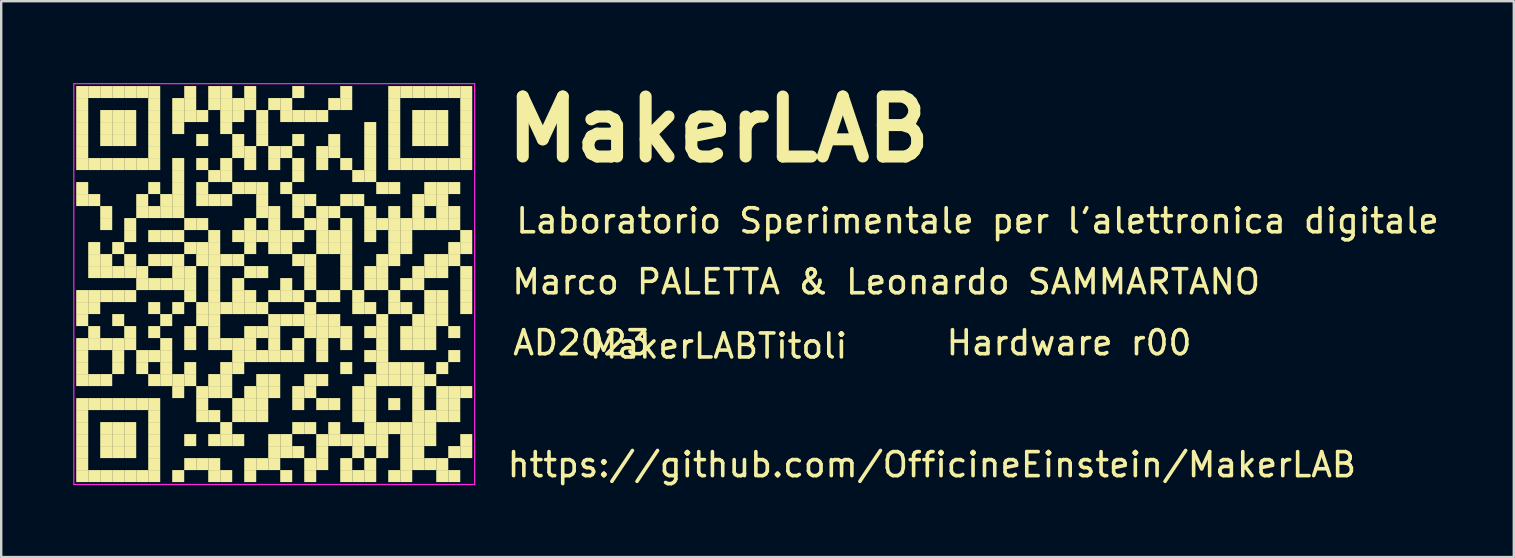
<source format=kicad_pcb>
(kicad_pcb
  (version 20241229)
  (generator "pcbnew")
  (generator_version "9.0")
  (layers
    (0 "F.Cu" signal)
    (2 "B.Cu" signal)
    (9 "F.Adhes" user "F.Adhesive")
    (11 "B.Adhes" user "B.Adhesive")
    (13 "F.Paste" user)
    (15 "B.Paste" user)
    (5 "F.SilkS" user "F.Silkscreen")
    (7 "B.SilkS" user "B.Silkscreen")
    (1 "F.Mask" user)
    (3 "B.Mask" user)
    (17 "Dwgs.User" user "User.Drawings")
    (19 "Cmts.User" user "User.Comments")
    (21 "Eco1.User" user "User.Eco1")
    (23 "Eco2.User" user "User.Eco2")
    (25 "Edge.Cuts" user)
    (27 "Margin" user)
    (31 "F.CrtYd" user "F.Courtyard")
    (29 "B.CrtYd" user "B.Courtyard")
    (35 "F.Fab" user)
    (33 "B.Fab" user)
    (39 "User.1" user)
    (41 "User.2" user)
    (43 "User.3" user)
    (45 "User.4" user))
  (footprint "MakerLABTitoli"
    (layer "F.Cu")
    (at 26.885 11.865)
    (property "Reference" "MakerLABTitoli" (at 0 -0.5 0) (unlocked yes) (layer "F.SilkS") (effects (font (size 1 1) (thickness 0.15))))
    (attr through_hole)
    (fp_rect (start -26.76 -11.33) (end -26.26 -10.83) (stroke (width 0) (type solid)) (fill yes) (layer "F.SilkS"))
    (fp_rect (start -26.76 -10.83) (end -26.26 -10.33) (stroke (width 0) (type solid)) (fill yes) (layer "F.SilkS"))
    (fp_rect (start -26.76 -10.33) (end -26.26 -9.83) (stroke (width 0) (type solid)) (fill yes) (layer "F.SilkS"))
    (fp_rect (start -26.76 -9.83) (end -26.26 -9.33) (stroke (width 0) (type solid)) (fill yes) (layer "F.SilkS"))
    (fp_rect (start -26.76 -9.33) (end -26.26 -8.83) (stroke (width 0) (type solid)) (fill yes) (layer "F.SilkS"))
    (fp_rect (start -26.76 -8.83) (end -26.26 -8.33) (stroke (width 0) (type solid)) (fill yes) (layer "F.SilkS"))
    (fp_rect (start -26.76 -8.33) (end -26.26 -7.83) (stroke (width 0) (type solid)) (fill yes) (layer "F.SilkS"))
    (fp_rect (start -26.76 -7.33) (end -26.26 -6.83) (stroke (width 0) (type solid)) (fill yes) (layer "F.SilkS"))
    (fp_rect (start -26.76 -6.83) (end -26.26 -6.33) (stroke (width 0) (type solid)) (fill yes) (layer "F.SilkS"))
    (fp_rect (start -26.76 -2.83) (end -26.26 -2.33) (stroke (width 0) (type solid)) (fill yes) (layer "F.SilkS"))
    (fp_rect (start -26.76 -2.33) (end -26.26 -1.83) (stroke (width 0) (type solid)) (fill yes) (layer "F.SilkS"))
    (fp_rect (start -26.76 -1.83) (end -26.26 -1.33) (stroke (width 0) (type solid)) (fill yes) (layer "F.SilkS"))
    (fp_rect (start -26.76 -0.83) (end -26.26 -0.33) (stroke (width 0) (type solid)) (fill yes) (layer "F.SilkS"))
    (fp_rect (start -26.76 -0.33) (end -26.26 0.17) (stroke (width 0) (type solid)) (fill yes) (layer "F.SilkS"))
    (fp_rect (start -26.76 0.17) (end -26.26 0.67) (stroke (width 0) (type solid)) (fill yes) (layer "F.SilkS"))
    (fp_rect (start -26.76 0.67) (end -26.26 1.17) (stroke (width 0) (type solid)) (fill yes) (layer "F.SilkS"))
    (fp_rect (start -26.76 1.67) (end -26.26 2.17) (stroke (width 0) (type solid)) (fill yes) (layer "F.SilkS"))
    (fp_rect (start -26.76 2.17) (end -26.26 2.67) (stroke (width 0) (type solid)) (fill yes) (layer "F.SilkS"))
    (fp_rect (start -26.76 2.67) (end -26.26 3.17) (stroke (width 0) (type solid)) (fill yes) (layer "F.SilkS"))
    (fp_rect (start -26.76 3.17) (end -26.26 3.67) (stroke (width 0) (type solid)) (fill yes) (layer "F.SilkS"))
    (fp_rect (start -26.76 3.67) (end -26.26 4.17) (stroke (width 0) (type solid)) (fill yes) (layer "F.SilkS"))
    (fp_rect (start -26.76 4.17) (end -26.26 4.67) (stroke (width 0) (type solid)) (fill yes) (layer "F.SilkS"))
    (fp_rect (start -26.76 4.67) (end -26.26 5.17) (stroke (width 0) (type solid)) (fill yes) (layer "F.SilkS"))
    (fp_rect (start -26.26 -11.33) (end -25.76 -10.83) (stroke (width 0) (type solid)) (fill yes) (layer "F.SilkS"))
    (fp_rect (start -26.26 -8.33) (end -25.76 -7.83) (stroke (width 0) (type solid)) (fill yes) (layer "F.SilkS"))
    (fp_rect (start -26.26 -6.83) (end -25.76 -6.33) (stroke (width 0) (type solid)) (fill yes) (layer "F.SilkS"))
    (fp_rect (start -26.26 -4.83) (end -25.76 -4.33) (stroke (width 0) (type solid)) (fill yes) (layer "F.SilkS"))
    (fp_rect (start -26.26 -4.33) (end -25.76 -3.83) (stroke (width 0) (type solid)) (fill yes) (layer "F.SilkS"))
    (fp_rect (start -26.26 -3.83) (end -25.76 -3.33) (stroke (width 0) (type solid)) (fill yes) (layer "F.SilkS"))
    (fp_rect (start -26.26 -2.83) (end -25.76 -2.33) (stroke (width 0) (type solid)) (fill yes) (layer "F.SilkS"))
    (fp_rect (start -26.26 -2.33) (end -25.76 -1.83) (stroke (width 0) (type solid)) (fill yes) (layer "F.SilkS"))
    (fp_rect (start -26.26 -1.33) (end -25.76 -0.83) (stroke (width 0) (type solid)) (fill yes) (layer "F.SilkS"))
    (fp_rect (start -26.26 -0.83) (end -25.76 -0.33) (stroke (width 0) (type solid)) (fill yes) (layer "F.SilkS"))
    (fp_rect (start -26.26 0.67) (end -25.76 1.17) (stroke (width 0) (type solid)) (fill yes) (layer "F.SilkS"))
    (fp_rect (start -26.26 1.67) (end -25.76 2.17) (stroke (width 0) (type solid)) (fill yes) (layer "F.SilkS"))
    (fp_rect (start -26.26 4.67) (end -25.76 5.17) (stroke (width 0) (type solid)) (fill yes) (layer "F.SilkS"))
    (fp_rect (start -25.76 -11.33) (end -25.26 -10.83) (stroke (width 0) (type solid)) (fill yes) (layer "F.SilkS"))
    (fp_rect (start -25.76 -10.33) (end -25.26 -9.83) (stroke (width 0) (type solid)) (fill yes) (layer "F.SilkS"))
    (fp_rect (start -25.76 -9.83) (end -25.26 -9.33) (stroke (width 0) (type solid)) (fill yes) (layer "F.SilkS"))
    (fp_rect (start -25.76 -9.33) (end -25.26 -8.83) (stroke (width 0) (type solid)) (fill yes) (layer "F.SilkS"))
    (fp_rect (start -25.76 -8.33) (end -25.26 -7.83) (stroke (width 0) (type solid)) (fill yes) (layer "F.SilkS"))
    (fp_rect (start -25.76 -6.33) (end -25.26 -5.83) (stroke (width 0) (type solid)) (fill yes) (layer "F.SilkS"))
    (fp_rect (start -25.76 -5.83) (end -25.26 -5.33) (stroke (width 0) (type solid)) (fill yes) (layer "F.SilkS"))
    (fp_rect (start -25.76 -4.33) (end -25.26 -3.83) (stroke (width 0) (type solid)) (fill yes) (layer "F.SilkS"))
    (fp_rect (start -25.76 -3.83) (end -25.26 -3.33) (stroke (width 0) (type solid)) (fill yes) (layer "F.SilkS"))
    (fp_rect (start -25.76 -2.83) (end -25.26 -2.33) (stroke (width 0) (type solid)) (fill yes) (layer "F.SilkS"))
    (fp_rect (start -25.76 -0.83) (end -25.26 -0.33) (stroke (width 0) (type solid)) (fill yes) (layer "F.SilkS"))
    (fp_rect (start -25.76 0.67) (end -25.26 1.17) (stroke (width 0) (type solid)) (fill yes) (layer "F.SilkS"))
    (fp_rect (start -25.76 1.67) (end -25.26 2.17) (stroke (width 0) (type solid)) (fill yes) (layer "F.SilkS"))
    (fp_rect (start -25.76 2.67) (end -25.26 3.17) (stroke (width 0) (type solid)) (fill yes) (layer "F.SilkS"))
    (fp_rect (start -25.76 3.17) (end -25.26 3.67) (stroke (width 0) (type solid)) (fill yes) (layer "F.SilkS"))
    (fp_rect (start -25.76 3.67) (end -25.26 4.17) (stroke (width 0) (type solid)) (fill yes) (layer "F.SilkS"))
    (fp_rect (start -25.76 4.67) (end -25.26 5.17) (stroke (width 0) (type solid)) (fill yes) (layer "F.SilkS"))
    (fp_rect (start -25.26 -11.33) (end -24.76 -10.83) (stroke (width 0) (type solid)) (fill yes) (layer "F.SilkS"))
    (fp_rect (start -25.26 -10.33) (end -24.76 -9.83) (stroke (width 0) (type solid)) (fill yes) (layer "F.SilkS"))
    (fp_rect (start -25.26 -9.83) (end -24.76 -9.33) (stroke (width 0) (type solid)) (fill yes) (layer "F.SilkS"))
    (fp_rect (start -25.26 -9.33) (end -24.76 -8.83) (stroke (width 0) (type solid)) (fill yes) (layer "F.SilkS"))
    (fp_rect (start -25.26 -8.33) (end -24.76 -7.83) (stroke (width 0) (type solid)) (fill yes) (layer "F.SilkS"))
    (fp_rect (start -25.26 -4.83) (end -24.76 -4.33) (stroke (width 0) (type solid)) (fill yes) (layer "F.SilkS"))
    (fp_rect (start -25.26 -3.83) (end -24.76 -3.33) (stroke (width 0) (type solid)) (fill yes) (layer "F.SilkS"))
    (fp_rect (start -25.26 -2.83) (end -24.76 -2.33) (stroke (width 0) (type solid)) (fill yes) (layer "F.SilkS"))
    (fp_rect (start -25.26 -1.83) (end -24.76 -1.33) (stroke (width 0) (type solid)) (fill yes) (layer "F.SilkS"))
    (fp_rect (start -25.26 -0.83) (end -24.76 -0.33) (stroke (width 0) (type solid)) (fill yes) (layer "F.SilkS"))
    (fp_rect (start -25.26 -0.33) (end -24.76 0.17) (stroke (width 0) (type solid)) (fill yes) (layer "F.SilkS"))
    (fp_rect (start -25.26 0.17) (end -24.76 0.67) (stroke (width 0) (type solid)) (fill yes) (layer "F.SilkS"))
    (fp_rect (start -25.26 1.67) (end -24.76 2.17) (stroke (width 0) (type solid)) (fill yes) (layer "F.SilkS"))
    (fp_rect (start -25.26 2.67) (end -24.76 3.17) (stroke (width 0) (type solid)) (fill yes) (layer "F.SilkS"))
    (fp_rect (start -25.26 3.17) (end -24.76 3.67) (stroke (width 0) (type solid)) (fill yes) (layer "F.SilkS"))
    (fp_rect (start -25.26 3.67) (end -24.76 4.17) (stroke (width 0) (type solid)) (fill yes) (layer "F.SilkS"))
    (fp_rect (start -25.26 4.67) (end -24.76 5.17) (stroke (width 0) (type solid)) (fill yes) (layer "F.SilkS"))
    (fp_rect (start -24.76 -11.33) (end -24.26 -10.83) (stroke (width 0) (type solid)) (fill yes) (layer "F.SilkS"))
    (fp_rect (start -24.76 -10.33) (end -24.26 -9.83) (stroke (width 0) (type solid)) (fill yes) (layer "F.SilkS"))
    (fp_rect (start -24.76 -9.83) (end -24.26 -9.33) (stroke (width 0) (type solid)) (fill yes) (layer "F.SilkS"))
    (fp_rect (start -24.76 -9.33) (end -24.26 -8.83) (stroke (width 0) (type solid)) (fill yes) (layer "F.SilkS"))
    (fp_rect (start -24.76 -8.33) (end -24.26 -7.83) (stroke (width 0) (type solid)) (fill yes) (layer "F.SilkS"))
    (fp_rect (start -24.76 -5.83) (end -24.26 -5.33) (stroke (width 0) (type solid)) (fill yes) (layer "F.SilkS"))
    (fp_rect (start -24.76 -5.33) (end -24.26 -4.83) (stroke (width 0) (type solid)) (fill yes) (layer "F.SilkS"))
    (fp_rect (start -24.76 -4.33) (end -24.26 -3.83) (stroke (width 0) (type solid)) (fill yes) (layer "F.SilkS"))
    (fp_rect (start -24.76 -3.83) (end -24.26 -3.33) (stroke (width 0) (type solid)) (fill yes) (layer "F.SilkS"))
    (fp_rect (start -24.76 -2.83) (end -24.26 -2.33) (stroke (width 0) (type solid)) (fill yes) (layer "F.SilkS"))
    (fp_rect (start -24.76 -1.33) (end -24.26 -0.83) (stroke (width 0) (type solid)) (fill yes) (layer "F.SilkS"))
    (fp_rect (start -24.76 -0.83) (end -24.26 -0.33) (stroke (width 0) (type solid)) (fill yes) (layer "F.SilkS"))
    (fp_rect (start -24.76 1.67) (end -24.26 2.17) (stroke (width 0) (type solid)) (fill yes) (layer "F.SilkS"))
    (fp_rect (start -24.76 2.67) (end -24.26 3.17) (stroke (width 0) (type solid)) (fill yes) (layer "F.SilkS"))
    (fp_rect (start -24.76 3.17) (end -24.26 3.67) (stroke (width 0) (type solid)) (fill yes) (layer "F.SilkS"))
    (fp_rect (start -24.76 3.67) (end -24.26 4.17) (stroke (width 0) (type solid)) (fill yes) (layer "F.SilkS"))
    (fp_rect (start -24.76 4.67) (end -24.26 5.17) (stroke (width 0) (type solid)) (fill yes) (layer "F.SilkS"))
    (fp_rect (start -24.26 -11.33) (end -23.76 -10.83) (stroke (width 0) (type solid)) (fill yes) (layer "F.SilkS"))
    (fp_rect (start -24.26 -8.33) (end -23.76 -7.83) (stroke (width 0) (type solid)) (fill yes) (layer "F.SilkS"))
    (fp_rect (start -24.26 -6.83) (end -23.76 -6.33) (stroke (width 0) (type solid)) (fill yes) (layer "F.SilkS"))
    (fp_rect (start -24.26 -6.33) (end -23.76 -5.83) (stroke (width 0) (type solid)) (fill yes) (layer "F.SilkS"))
    (fp_rect (start -24.26 -3.83) (end -23.76 -3.33) (stroke (width 0) (type solid)) (fill yes) (layer "F.SilkS"))
    (fp_rect (start -24.26 -3.33) (end -23.76 -2.83) (stroke (width 0) (type solid)) (fill yes) (layer "F.SilkS"))
    (fp_rect (start -24.26 -0.33) (end -23.76 0.17) (stroke (width 0) (type solid)) (fill yes) (layer "F.SilkS"))
    (fp_rect (start -24.26 0.17) (end -23.76 0.67) (stroke (width 0) (type solid)) (fill yes) (layer "F.SilkS"))
    (fp_rect (start -24.26 1.67) (end -23.76 2.17) (stroke (width 0) (type solid)) (fill yes) (layer "F.SilkS"))
    (fp_rect (start -24.26 4.67) (end -23.76 5.17) (stroke (width 0) (type solid)) (fill yes) (layer "F.SilkS"))
    (fp_rect (start -23.76 -11.33) (end -23.26 -10.83) (stroke (width 0) (type solid)) (fill yes) (layer "F.SilkS"))
    (fp_rect (start -23.76 -10.83) (end -23.26 -10.33) (stroke (width 0) (type solid)) (fill yes) (layer "F.SilkS"))
    (fp_rect (start -23.76 -10.33) (end -23.26 -9.83) (stroke (width 0) (type solid)) (fill yes) (layer "F.SilkS"))
    (fp_rect (start -23.76 -9.83) (end -23.26 -9.33) (stroke (width 0) (type solid)) (fill yes) (layer "F.SilkS"))
    (fp_rect (start -23.76 -9.33) (end -23.26 -8.83) (stroke (width 0) (type solid)) (fill yes) (layer "F.SilkS"))
    (fp_rect (start -23.76 -8.83) (end -23.26 -8.33) (stroke (width 0) (type solid)) (fill yes) (layer "F.SilkS"))
    (fp_rect (start -23.76 -8.33) (end -23.26 -7.83) (stroke (width 0) (type solid)) (fill yes) (layer "F.SilkS"))
    (fp_rect (start -23.76 -7.33) (end -23.26 -6.83) (stroke (width 0) (type solid)) (fill yes) (layer "F.SilkS"))
    (fp_rect (start -23.76 -6.33) (end -23.26 -5.83) (stroke (width 0) (type solid)) (fill yes) (layer "F.SilkS"))
    (fp_rect (start -23.76 -5.33) (end -23.26 -4.83) (stroke (width 0) (type solid)) (fill yes) (layer "F.SilkS"))
    (fp_rect (start -23.76 -4.33) (end -23.26 -3.83) (stroke (width 0) (type solid)) (fill yes) (layer "F.SilkS"))
    (fp_rect (start -23.76 -3.33) (end -23.26 -2.83) (stroke (width 0) (type solid)) (fill yes) (layer "F.SilkS"))
    (fp_rect (start -23.76 -2.33) (end -23.26 -1.83) (stroke (width 0) (type solid)) (fill yes) (layer "F.SilkS"))
    (fp_rect (start -23.76 -1.33) (end -23.26 -0.83) (stroke (width 0) (type solid)) (fill yes) (layer "F.SilkS"))
    (fp_rect (start -23.76 -0.33) (end -23.26 0.17) (stroke (width 0) (type solid)) (fill yes) (layer "F.SilkS"))
    (fp_rect (start -23.76 0.67) (end -23.26 1.17) (stroke (width 0) (type solid)) (fill yes) (layer "F.SilkS"))
    (fp_rect (start -23.76 1.67) (end -23.26 2.17) (stroke (width 0) (type solid)) (fill yes) (layer "F.SilkS"))
    (fp_rect (start -23.76 2.17) (end -23.26 2.67) (stroke (width 0) (type solid)) (fill yes) (layer "F.SilkS"))
    (fp_rect (start -23.76 2.67) (end -23.26 3.17) (stroke (width 0) (type solid)) (fill yes) (layer "F.SilkS"))
    (fp_rect (start -23.76 3.17) (end -23.26 3.67) (stroke (width 0) (type solid)) (fill yes) (layer "F.SilkS"))
    (fp_rect (start -23.76 3.67) (end -23.26 4.17) (stroke (width 0) (type solid)) (fill yes) (layer "F.SilkS"))
    (fp_rect (start -23.76 4.17) (end -23.26 4.67) (stroke (width 0) (type solid)) (fill yes) (layer "F.SilkS"))
    (fp_rect (start -23.76 4.67) (end -23.26 5.17) (stroke (width 0) (type solid)) (fill yes) (layer "F.SilkS"))
    (fp_rect (start -23.26 -6.83) (end -22.76 -6.33) (stroke (width 0) (type solid)) (fill yes) (layer "F.SilkS"))
    (fp_rect (start -23.26 -6.33) (end -22.76 -5.83) (stroke (width 0) (type solid)) (fill yes) (layer "F.SilkS"))
    (fp_rect (start -23.26 -5.33) (end -22.76 -4.83) (stroke (width 0) (type solid)) (fill yes) (layer "F.SilkS"))
    (fp_rect (start -23.26 -4.33) (end -22.76 -3.83) (stroke (width 0) (type solid)) (fill yes) (layer "F.SilkS"))
    (fp_rect (start -23.26 -3.33) (end -22.76 -2.83) (stroke (width 0) (type solid)) (fill yes) (layer "F.SilkS"))
    (fp_rect (start -23.26 -1.83) (end -22.76 -1.33) (stroke (width 0) (type solid)) (fill yes) (layer "F.SilkS"))
    (fp_rect (start -23.26 -0.83) (end -22.76 -0.33) (stroke (width 0) (type solid)) (fill yes) (layer "F.SilkS"))
    (fp_rect (start -23.26 -0.33) (end -22.76 0.17) (stroke (width 0) (type solid)) (fill yes) (layer "F.SilkS"))
    (fp_rect (start -23.26 0.17) (end -22.76 0.67) (stroke (width 0) (type solid)) (fill yes) (layer "F.SilkS"))
    (fp_rect (start -23.26 0.67) (end -22.76 1.17) (stroke (width 0) (type solid)) (fill yes) (layer "F.SilkS"))
    (fp_rect (start -22.76 -10.83) (end -22.26 -10.33) (stroke (width 0) (type solid)) (fill yes) (layer "F.SilkS"))
    (fp_rect (start -22.76 -10.33) (end -22.26 -9.83) (stroke (width 0) (type solid)) (fill yes) (layer "F.SilkS"))
    (fp_rect (start -22.76 -9.83) (end -22.26 -9.33) (stroke (width 0) (type solid)) (fill yes) (layer "F.SilkS"))
    (fp_rect (start -22.76 -8.33) (end -22.26 -7.83) (stroke (width 0) (type solid)) (fill yes) (layer "F.SilkS"))
    (fp_rect (start -22.76 -7.83) (end -22.26 -7.33) (stroke (width 0) (type solid)) (fill yes) (layer "F.SilkS"))
    (fp_rect (start -22.76 -7.33) (end -22.26 -6.83) (stroke (width 0) (type solid)) (fill yes) (layer "F.SilkS"))
    (fp_rect (start -22.76 -6.83) (end -22.26 -6.33) (stroke (width 0) (type solid)) (fill yes) (layer "F.SilkS"))
    (fp_rect (start -22.76 -6.33) (end -22.26 -5.83) (stroke (width 0) (type solid)) (fill yes) (layer "F.SilkS"))
    (fp_rect (start -22.76 -5.33) (end -22.26 -4.83) (stroke (width 0) (type solid)) (fill yes) (layer "F.SilkS"))
    (fp_rect (start -22.76 -4.33) (end -22.26 -3.83) (stroke (width 0) (type solid)) (fill yes) (layer "F.SilkS"))
    (fp_rect (start -22.76 -3.83) (end -22.26 -3.33) (stroke (width 0) (type solid)) (fill yes) (layer "F.SilkS"))
    (fp_rect (start -22.76 -3.33) (end -22.26 -2.83) (stroke (width 0) (type solid)) (fill yes) (layer "F.SilkS"))
    (fp_rect (start -22.76 -2.33) (end -22.26 -1.83) (stroke (width 0) (type solid)) (fill yes) (layer "F.SilkS"))
    (fp_rect (start -22.76 0.67) (end -22.26 1.17) (stroke (width 0) (type solid)) (fill yes) (layer "F.SilkS"))
    (fp_rect (start -22.76 1.17) (end -22.26 1.67) (stroke (width 0) (type solid)) (fill yes) (layer "F.SilkS"))
    (fp_rect (start -22.76 4.67) (end -22.26 5.17) (stroke (width 0) (type solid)) (fill yes) (layer "F.SilkS"))
    (fp_rect (start -22.26 -11.33) (end -21.76 -10.83) (stroke (width 0) (type solid)) (fill yes) (layer "F.SilkS"))
    (fp_rect (start -22.26 -10.83) (end -21.76 -10.33) (stroke (width 0) (type solid)) (fill yes) (layer "F.SilkS"))
    (fp_rect (start -22.26 -10.33) (end -21.76 -9.83) (stroke (width 0) (type solid)) (fill yes) (layer "F.SilkS"))
    (fp_rect (start -22.26 -5.83) (end -21.76 -5.33) (stroke (width 0) (type solid)) (fill yes) (layer "F.SilkS"))
    (fp_rect (start -22.26 -4.83) (end -21.76 -4.33) (stroke (width 0) (type solid)) (fill yes) (layer "F.SilkS"))
    (fp_rect (start -22.26 -3.83) (end -21.76 -3.33) (stroke (width 0) (type solid)) (fill yes) (layer "F.SilkS"))
    (fp_rect (start -22.26 -3.33) (end -21.76 -2.83) (stroke (width 0) (type solid)) (fill yes) (layer "F.SilkS"))
    (fp_rect (start -22.26 -2.83) (end -21.76 -2.33) (stroke (width 0) (type solid)) (fill yes) (layer "F.SilkS"))
    (fp_rect (start -22.26 -1.33) (end -21.76 -0.83) (stroke (width 0) (type solid)) (fill yes) (layer "F.SilkS"))
    (fp_rect (start -22.26 -0.83) (end -21.76 -0.33) (stroke (width 0) (type solid)) (fill yes) (layer "F.SilkS"))
    (fp_rect (start -22.26 0.17) (end -21.76 0.67) (stroke (width 0) (type solid)) (fill yes) (layer "F.SilkS"))
    (fp_rect (start -22.26 0.67) (end -21.76 1.17) (stroke (width 0) (type solid)) (fill yes) (layer "F.SilkS"))
    (fp_rect (start -22.26 3.17) (end -21.76 3.67) (stroke (width 0) (type solid)) (fill yes) (layer "F.SilkS"))
    (fp_rect (start -22.26 4.17) (end -21.76 4.67) (stroke (width 0) (type solid)) (fill yes) (layer "F.SilkS"))
    (fp_rect (start -21.76 -10.33) (end -21.26 -9.83) (stroke (width 0) (type solid)) (fill yes) (layer "F.SilkS"))
    (fp_rect (start -21.76 -9.33) (end -21.26 -8.83) (stroke (width 0) (type solid)) (fill yes) (layer "F.SilkS"))
    (fp_rect (start -21.76 -8.33) (end -21.26 -7.83) (stroke (width 0) (type solid)) (fill yes) (layer "F.SilkS"))
    (fp_rect (start -21.76 -7.33) (end -21.26 -6.83) (stroke (width 0) (type solid)) (fill yes) (layer "F.SilkS"))
    (fp_rect (start -21.76 -6.83) (end -21.26 -6.33) (stroke (width 0) (type solid)) (fill yes) (layer "F.SilkS"))
    (fp_rect (start -21.76 -5.83) (end -21.26 -5.33) (stroke (width 0) (type solid)) (fill yes) (layer "F.SilkS"))
    (fp_rect (start -21.76 -4.83) (end -21.26 -4.33) (stroke (width 0) (type solid)) (fill yes) (layer "F.SilkS"))
    (fp_rect (start -21.76 -4.33) (end -21.26 -3.83) (stroke (width 0) (type solid)) (fill yes) (layer "F.SilkS"))
    (fp_rect (start -21.76 -2.33) (end -21.26 -1.83) (stroke (width 0) (type solid)) (fill yes) (layer "F.SilkS"))
    (fp_rect (start -21.76 -1.83) (end -21.26 -1.33) (stroke (width 0) (type solid)) (fill yes) (layer "F.SilkS"))
    (fp_rect (start -21.76 1.17) (end -21.26 1.67) (stroke (width 0) (type solid)) (fill yes) (layer "F.SilkS"))
    (fp_rect (start -21.76 1.67) (end -21.26 2.17) (stroke (width 0) (type solid)) (fill yes) (layer "F.SilkS"))
    (fp_rect (start -21.76 2.17) (end -21.26 2.67) (stroke (width 0) (type solid)) (fill yes) (layer "F.SilkS"))
    (fp_rect (start -21.76 4.17) (end -21.26 4.67) (stroke (width 0) (type solid)) (fill yes) (layer "F.SilkS"))
    (fp_rect (start -21.26 -11.33) (end -20.76 -10.83) (stroke (width 0) (type solid)) (fill yes) (layer "F.SilkS"))
    (fp_rect (start -21.26 -10.83) (end -20.76 -10.33) (stroke (width 0) (type solid)) (fill yes) (layer "F.SilkS"))
    (fp_rect (start -21.26 -7.83) (end -20.76 -7.33) (stroke (width 0) (type solid)) (fill yes) (layer "F.SilkS"))
    (fp_rect (start -21.26 -6.83) (end -20.76 -6.33) (stroke (width 0) (type solid)) (fill yes) (layer "F.SilkS"))
    (fp_rect (start -21.26 -5.33) (end -20.76 -4.83) (stroke (width 0) (type solid)) (fill yes) (layer "F.SilkS"))
    (fp_rect (start -21.26 -4.83) (end -20.76 -4.33) (stroke (width 0) (type solid)) (fill yes) (layer "F.SilkS"))
    (fp_rect (start -21.26 -4.33) (end -20.76 -3.83) (stroke (width 0) (type solid)) (fill yes) (layer "F.SilkS"))
    (fp_rect (start -21.26 -3.83) (end -20.76 -3.33) (stroke (width 0) (type solid)) (fill yes) (layer "F.SilkS"))
    (fp_rect (start -21.26 -3.33) (end -20.76 -2.83) (stroke (width 0) (type solid)) (fill yes) (layer "F.SilkS"))
    (fp_rect (start -21.26 -2.83) (end -20.76 -2.33) (stroke (width 0) (type solid)) (fill yes) (layer "F.SilkS"))
    (fp_rect (start -21.26 -2.33) (end -20.76 -1.83) (stroke (width 0) (type solid)) (fill yes) (layer "F.SilkS"))
    (fp_rect (start -21.26 -1.83) (end -20.76 -1.33) (stroke (width 0) (type solid)) (fill yes) (layer "F.SilkS"))
    (fp_rect (start -21.26 -1.33) (end -20.76 -0.83) (stroke (width 0) (type solid)) (fill yes) (layer "F.SilkS"))
    (fp_rect (start -21.26 -0.83) (end -20.76 -0.33) (stroke (width 0) (type solid)) (fill yes) (layer "F.SilkS"))
    (fp_rect (start -21.26 0.67) (end -20.76 1.17) (stroke (width 0) (type solid)) (fill yes) (layer "F.SilkS"))
    (fp_rect (start -21.26 1.17) (end -20.76 1.67) (stroke (width 0) (type solid)) (fill yes) (layer "F.SilkS"))
    (fp_rect (start -21.26 2.17) (end -20.76 2.67) (stroke (width 0) (type solid)) (fill yes) (layer "F.SilkS"))
    (fp_rect (start -21.26 3.17) (end -20.76 3.67) (stroke (width 0) (type solid)) (fill yes) (layer "F.SilkS"))
    (fp_rect (start -21.26 4.17) (end -20.76 4.67) (stroke (width 0) (type solid)) (fill yes) (layer "F.SilkS"))
    (fp_rect (start -21.26 4.67) (end -20.76 5.17) (stroke (width 0) (type solid)) (fill yes) (layer "F.SilkS"))
    (fp_rect (start -20.76 -11.33) (end -20.26 -10.83) (stroke (width 0) (type solid)) (fill yes) (layer "F.SilkS"))
    (fp_rect (start -20.76 -10.83) (end -20.26 -10.33) (stroke (width 0) (type solid)) (fill yes) (layer "F.SilkS"))
    (fp_rect (start -20.76 -10.33) (end -20.26 -9.83) (stroke (width 0) (type solid)) (fill yes) (layer "F.SilkS"))
    (fp_rect (start -20.76 -9.83) (end -20.26 -9.33) (stroke (width 0) (type solid)) (fill yes) (layer "F.SilkS"))
    (fp_rect (start -20.76 -8.33) (end -20.26 -7.83) (stroke (width 0) (type solid)) (fill yes) (layer "F.SilkS"))
    (fp_rect (start -20.76 -7.83) (end -20.26 -7.33) (stroke (width 0) (type solid)) (fill yes) (layer "F.SilkS"))
    (fp_rect (start -20.76 -6.83) (end -20.26 -6.33) (stroke (width 0) (type solid)) (fill yes) (layer "F.SilkS"))
    (fp_rect (start -20.76 -4.33) (end -20.26 -3.83) (stroke (width 0) (type solid)) (fill yes) (layer "F.SilkS"))
    (fp_rect (start -20.76 -2.33) (end -20.26 -1.83) (stroke (width 0) (type solid)) (fill yes) (layer "F.SilkS"))
    (fp_rect (start -20.76 -0.83) (end -20.26 -0.33) (stroke (width 0) (type solid)) (fill yes) (layer "F.SilkS"))
    (fp_rect (start -20.76 0.17) (end -20.26 0.67) (stroke (width 0) (type solid)) (fill yes) (layer "F.SilkS"))
    (fp_rect (start -20.76 0.67) (end -20.26 1.17) (stroke (width 0) (type solid)) (fill yes) (layer "F.SilkS"))
    (fp_rect (start -20.76 1.17) (end -20.26 1.67) (stroke (width 0) (type solid)) (fill yes) (layer "F.SilkS"))
    (fp_rect (start -20.76 2.67) (end -20.26 3.17) (stroke (width 0) (type solid)) (fill yes) (layer "F.SilkS"))
    (fp_rect (start -20.76 3.17) (end -20.26 3.67) (stroke (width 0) (type solid)) (fill yes) (layer "F.SilkS"))
    (fp_rect (start -20.76 4.67) (end -20.26 5.17) (stroke (width 0) (type solid)) (fill yes) (layer "F.SilkS"))
    (fp_rect (start -20.26 -10.83) (end -19.76 -10.33) (stroke (width 0) (type solid)) (fill yes) (layer "F.SilkS"))
    (fp_rect (start -20.26 -10.33) (end -19.76 -9.83) (stroke (width 0) (type solid)) (fill yes) (layer "F.SilkS"))
    (fp_rect (start -20.26 -9.33) (end -19.76 -8.83) (stroke (width 0) (type solid)) (fill yes) (layer "F.SilkS"))
    (fp_rect (start -20.26 -8.83) (end -19.76 -8.33) (stroke (width 0) (type solid)) (fill yes) (layer "F.SilkS"))
    (fp_rect (start -20.26 -7.33) (end -19.76 -6.83) (stroke (width 0) (type solid)) (fill yes) (layer "F.SilkS"))
    (fp_rect (start -20.26 -5.33) (end -19.76 -4.83) (stroke (width 0) (type solid)) (fill yes) (layer "F.SilkS"))
    (fp_rect (start -20.26 -4.33) (end -19.76 -3.83) (stroke (width 0) (type solid)) (fill yes) (layer "F.SilkS"))
    (fp_rect (start -20.26 -3.33) (end -19.76 -2.83) (stroke (width 0) (type solid)) (fill yes) (layer "F.SilkS"))
    (fp_rect (start -20.26 -2.83) (end -19.76 -2.33) (stroke (width 0) (type solid)) (fill yes) (layer "F.SilkS"))
    (fp_rect (start -20.26 -2.33) (end -19.76 -1.83) (stroke (width 0) (type solid)) (fill yes) (layer "F.SilkS"))
    (fp_rect (start -20.26 -0.83) (end -19.76 -0.33) (stroke (width 0) (type solid)) (fill yes) (layer "F.SilkS"))
    (fp_rect (start -20.26 -0.33) (end -19.76 0.17) (stroke (width 0) (type solid)) (fill yes) (layer "F.SilkS"))
    (fp_rect (start -20.26 0.17) (end -19.76 0.67) (stroke (width 0) (type solid)) (fill yes) (layer "F.SilkS"))
    (fp_rect (start -20.26 1.67) (end -19.76 2.17) (stroke (width 0) (type solid)) (fill yes) (layer "F.SilkS"))
    (fp_rect (start -20.26 2.17) (end -19.76 2.67) (stroke (width 0) (type solid)) (fill yes) (layer "F.SilkS"))
    (fp_rect (start -20.26 3.17) (end -19.76 3.67) (stroke (width 0) (type solid)) (fill yes) (layer "F.SilkS"))
    (fp_rect (start -19.76 -11.33) (end -19.26 -10.83) (stroke (width 0) (type solid)) (fill yes) (layer "F.SilkS"))
    (fp_rect (start -19.76 -10.83) (end -19.26 -10.33) (stroke (width 0) (type solid)) (fill yes) (layer "F.SilkS"))
    (fp_rect (start -19.76 -8.83) (end -19.26 -8.33) (stroke (width 0) (type solid)) (fill yes) (layer "F.SilkS"))
    (fp_rect (start -19.76 -8.33) (end -19.26 -7.83) (stroke (width 0) (type solid)) (fill yes) (layer "F.SilkS"))
    (fp_rect (start -19.76 -7.33) (end -19.26 -6.83) (stroke (width 0) (type solid)) (fill yes) (layer "F.SilkS"))
    (fp_rect (start -19.76 -5.83) (end -19.26 -5.33) (stroke (width 0) (type solid)) (fill yes) (layer "F.SilkS"))
    (fp_rect (start -19.76 -5.33) (end -19.26 -4.83) (stroke (width 0) (type solid)) (fill yes) (layer "F.SilkS"))
    (fp_rect (start -19.76 -4.83) (end -19.26 -4.33) (stroke (width 0) (type solid)) (fill yes) (layer "F.SilkS"))
    (fp_rect (start -19.76 -3.83) (end -19.26 -3.33) (stroke (width 0) (type solid)) (fill yes) (layer "F.SilkS"))
    (fp_rect (start -19.76 -2.83) (end -19.26 -2.33) (stroke (width 0) (type solid)) (fill yes) (layer "F.SilkS"))
    (fp_rect (start -19.76 -2.33) (end -19.26 -1.83) (stroke (width 0) (type solid)) (fill yes) (layer "F.SilkS"))
    (fp_rect (start -19.76 -1.33) (end -19.26 -0.83) (stroke (width 0) (type solid)) (fill yes) (layer "F.SilkS"))
    (fp_rect (start -19.76 -0.83) (end -19.26 -0.33) (stroke (width 0) (type solid)) (fill yes) (layer "F.SilkS"))
    (fp_rect (start -19.76 -0.33) (end -19.26 0.17) (stroke (width 0) (type solid)) (fill yes) (layer "F.SilkS"))
    (fp_rect (start -19.76 1.17) (end -19.26 1.67) (stroke (width 0) (type solid)) (fill yes) (layer "F.SilkS"))
    (fp_rect (start -19.76 1.67) (end -19.26 2.17) (stroke (width 0) (type solid)) (fill yes) (layer "F.SilkS"))
    (fp_rect (start -19.76 2.17) (end -19.26 2.67) (stroke (width 0) (type solid)) (fill yes) (layer "F.SilkS"))
    (fp_rect (start -19.76 4.17) (end -19.26 4.67) (stroke (width 0) (type solid)) (fill yes) (layer "F.SilkS"))
    (fp_rect (start -19.76 4.67) (end -19.26 5.17) (stroke (width 0) (type solid)) (fill yes) (layer "F.SilkS"))
    (fp_rect (start -19.26 -10.33) (end -18.76 -9.83) (stroke (width 0) (type solid)) (fill yes) (layer "F.SilkS"))
    (fp_rect (start -19.26 -9.83) (end -18.76 -9.33) (stroke (width 0) (type solid)) (fill yes) (layer "F.SilkS"))
    (fp_rect (start -19.26 -9.33) (end -18.76 -8.83) (stroke (width 0) (type solid)) (fill yes) (layer "F.SilkS"))
    (fp_rect (start -19.26 -7.33) (end -18.76 -6.83) (stroke (width 0) (type solid)) (fill yes) (layer "F.SilkS"))
    (fp_rect (start -19.26 -6.83) (end -18.76 -6.33) (stroke (width 0) (type solid)) (fill yes) (layer "F.SilkS"))
    (fp_rect (start -19.26 -6.33) (end -18.76 -5.83) (stroke (width 0) (type solid)) (fill yes) (layer "F.SilkS"))
    (fp_rect (start -19.26 -5.33) (end -18.76 -4.83) (stroke (width 0) (type solid)) (fill yes) (layer "F.SilkS"))
    (fp_rect (start -19.26 -3.83) (end -18.76 -3.33) (stroke (width 0) (type solid)) (fill yes) (layer "F.SilkS"))
    (fp_rect (start -19.26 -2.33) (end -18.76 -1.83) (stroke (width 0) (type solid)) (fill yes) (layer "F.SilkS"))
    (fp_rect (start -19.26 -1.33) (end -18.76 -0.83) (stroke (width 0) (type solid)) (fill yes) (layer "F.SilkS"))
    (fp_rect (start -19.26 -0.33) (end -18.76 0.17) (stroke (width 0) (type solid)) (fill yes) (layer "F.SilkS"))
    (fp_rect (start -19.26 0.67) (end -18.76 1.17) (stroke (width 0) (type solid)) (fill yes) (layer "F.SilkS"))
    (fp_rect (start -19.26 1.17) (end -18.76 1.67) (stroke (width 0) (type solid)) (fill yes) (layer "F.SilkS"))
    (fp_rect (start -19.26 1.67) (end -18.76 2.17) (stroke (width 0) (type solid)) (fill yes) (layer "F.SilkS"))
    (fp_rect (start -19.26 2.17) (end -18.76 2.67) (stroke (width 0) (type solid)) (fill yes) (layer "F.SilkS"))
    (fp_rect (start -19.26 4.17) (end -18.76 4.67) (stroke (width 0) (type solid)) (fill yes) (layer "F.SilkS"))
    (fp_rect (start -18.76 -10.83) (end -18.26 -10.33) (stroke (width 0) (type solid)) (fill yes) (layer "F.SilkS"))
    (fp_rect (start -18.76 -8.83) (end -18.26 -8.33) (stroke (width 0) (type solid)) (fill yes) (layer "F.SilkS"))
    (fp_rect (start -18.76 -8.33) (end -18.26 -7.83) (stroke (width 0) (type solid)) (fill yes) (layer "F.SilkS"))
    (fp_rect (start -18.76 -6.33) (end -18.26 -5.83) (stroke (width 0) (type solid)) (fill yes) (layer "F.SilkS"))
    (fp_rect (start -18.76 -5.83) (end -18.26 -5.33) (stroke (width 0) (type solid)) (fill yes) (layer "F.SilkS"))
    (fp_rect (start -18.76 -5.33) (end -18.26 -4.83) (stroke (width 0) (type solid)) (fill yes) (layer "F.SilkS"))
    (fp_rect (start -18.76 -4.83) (end -18.26 -4.33) (stroke (width 0) (type solid)) (fill yes) (layer "F.SilkS"))
    (fp_rect (start -18.76 -2.83) (end -18.26 -2.33) (stroke (width 0) (type solid)) (fill yes) (layer "F.SilkS"))
    (fp_rect (start -18.76 -1.83) (end -18.26 -1.33) (stroke (width 0) (type solid)) (fill yes) (layer "F.SilkS"))
    (fp_rect (start -18.76 -1.33) (end -18.26 -0.83) (stroke (width 0) (type solid)) (fill yes) (layer "F.SilkS"))
    (fp_rect (start -18.76 -0.83) (end -18.26 -0.33) (stroke (width 0) (type solid)) (fill yes) (layer "F.SilkS"))
    (fp_rect (start -18.76 -0.33) (end -18.26 0.17) (stroke (width 0) (type solid)) (fill yes) (layer "F.SilkS"))
    (fp_rect (start -18.76 0.67) (end -18.26 1.17) (stroke (width 0) (type solid)) (fill yes) (layer "F.SilkS"))
    (fp_rect (start -18.76 1.17) (end -18.26 1.67) (stroke (width 0) (type solid)) (fill yes) (layer "F.SilkS"))
    (fp_rect (start -18.76 3.17) (end -18.26 3.67) (stroke (width 0) (type solid)) (fill yes) (layer "F.SilkS"))
    (fp_rect (start -18.76 3.67) (end -18.26 4.17) (stroke (width 0) (type solid)) (fill yes) (layer "F.SilkS"))
    (fp_rect (start -18.76 4.17) (end -18.26 4.67) (stroke (width 0) (type solid)) (fill yes) (layer "F.SilkS"))
    (fp_rect (start -18.26 -10.83) (end -17.76 -10.33) (stroke (width 0) (type solid)) (fill yes) (layer "F.SilkS"))
    (fp_rect (start -18.26 -10.33) (end -17.76 -9.83) (stroke (width 0) (type solid)) (fill yes) (layer "F.SilkS"))
    (fp_rect (start -18.26 -8.83) (end -17.76 -8.33) (stroke (width 0) (type solid)) (fill yes) (layer "F.SilkS"))
    (fp_rect (start -18.26 -7.33) (end -17.76 -6.83) (stroke (width 0) (type solid)) (fill yes) (layer "F.SilkS"))
    (fp_rect (start -18.26 -5.33) (end -17.76 -4.83) (stroke (width 0) (type solid)) (fill yes) (layer "F.SilkS"))
    (fp_rect (start -18.26 -4.83) (end -17.76 -4.33) (stroke (width 0) (type solid)) (fill yes) (layer "F.SilkS"))
    (fp_rect (start -18.26 -3.33) (end -17.76 -2.83) (stroke (width 0) (type solid)) (fill yes) (layer "F.SilkS"))
    (fp_rect (start -18.26 -2.83) (end -17.76 -2.33) (stroke (width 0) (type solid)) (fill yes) (layer "F.SilkS"))
    (fp_rect (start -18.26 -1.83) (end -17.76 -1.33) (stroke (width 0) (type solid)) (fill yes) (layer "F.SilkS"))
    (fp_rect (start -18.26 -0.33) (end -17.76 0.17) (stroke (width 0) (type solid)) (fill yes) (layer "F.SilkS"))
    (fp_rect (start -18.26 3.17) (end -17.76 3.67) (stroke (width 0) (type solid)) (fill yes) (layer "F.SilkS"))
    (fp_rect (start -18.26 3.67) (end -17.76 4.17) (stroke (width 0) (type solid)) (fill yes) (layer "F.SilkS"))
    (fp_rect (start -18.26 4.67) (end -17.76 5.17) (stroke (width 0) (type solid)) (fill yes) (layer "F.SilkS"))
    (fp_rect (start -17.76 -11.33) (end -17.26 -10.83) (stroke (width 0) (type solid)) (fill yes) (layer "F.SilkS"))
    (fp_rect (start -17.76 -10.33) (end -17.26 -9.83) (stroke (width 0) (type solid)) (fill yes) (layer "F.SilkS"))
    (fp_rect (start -17.76 -9.33) (end -17.26 -8.83) (stroke (width 0) (type solid)) (fill yes) (layer "F.SilkS"))
    (fp_rect (start -17.76 -8.33) (end -17.26 -7.83) (stroke (width 0) (type solid)) (fill yes) (layer "F.SilkS"))
    (fp_rect (start -17.76 -7.83) (end -17.26 -7.33) (stroke (width 0) (type solid)) (fill yes) (layer "F.SilkS"))
    (fp_rect (start -17.76 -6.83) (end -17.26 -6.33) (stroke (width 0) (type solid)) (fill yes) (layer "F.SilkS"))
    (fp_rect (start -17.76 -6.33) (end -17.26 -5.83) (stroke (width 0) (type solid)) (fill yes) (layer "F.SilkS"))
    (fp_rect (start -17.76 -5.33) (end -17.26 -4.83) (stroke (width 0) (type solid)) (fill yes) (layer "F.SilkS"))
    (fp_rect (start -17.76 -4.33) (end -17.26 -3.83) (stroke (width 0) (type solid)) (fill yes) (layer "F.SilkS"))
    (fp_rect (start -17.76 -2.83) (end -17.26 -2.33) (stroke (width 0) (type solid)) (fill yes) (layer "F.SilkS"))
    (fp_rect (start -17.76 -1.83) (end -17.26 -1.33) (stroke (width 0) (type solid)) (fill yes) (layer "F.SilkS"))
    (fp_rect (start -17.76 -0.83) (end -17.26 -0.33) (stroke (width 0) (type solid)) (fill yes) (layer "F.SilkS"))
    (fp_rect (start -17.76 -0.33) (end -17.26 0.17) (stroke (width 0) (type solid)) (fill yes) (layer "F.SilkS"))
    (fp_rect (start -17.76 1.17) (end -17.26 1.67) (stroke (width 0) (type solid)) (fill yes) (layer "F.SilkS"))
    (fp_rect (start -17.76 1.67) (end -17.26 2.17) (stroke (width 0) (type solid)) (fill yes) (layer "F.SilkS"))
    (fp_rect (start -17.76 2.67) (end -17.26 3.17) (stroke (width 0) (type solid)) (fill yes) (layer "F.SilkS"))
    (fp_rect (start -17.76 3.67) (end -17.26 4.17) (stroke (width 0) (type solid)) (fill yes) (layer "F.SilkS"))
    (fp_rect (start -17.26 -10.33) (end -16.76 -9.83) (stroke (width 0) (type solid)) (fill yes) (layer "F.SilkS"))
    (fp_rect (start -17.26 -6.83) (end -16.76 -6.33) (stroke (width 0) (type solid)) (fill yes) (layer "F.SilkS"))
    (fp_rect (start -17.26 -5.83) (end -16.76 -5.33) (stroke (width 0) (type solid)) (fill yes) (layer "F.SilkS"))
    (fp_rect (start -17.26 -4.33) (end -16.76 -3.83) (stroke (width 0) (type solid)) (fill yes) (layer "F.SilkS"))
    (fp_rect (start -17.26 -3.83) (end -16.76 -3.33) (stroke (width 0) (type solid)) (fill yes) (layer "F.SilkS"))
    (fp_rect (start -17.26 -3.33) (end -16.76 -2.83) (stroke (width 0) (type solid)) (fill yes) (layer "F.SilkS"))
    (fp_rect (start -17.26 -2.33) (end -16.76 -1.83) (stroke (width 0) (type solid)) (fill yes) (layer "F.SilkS"))
    (fp_rect (start -17.26 -1.83) (end -16.76 -1.33) (stroke (width 0) (type solid)) (fill yes) (layer "F.SilkS"))
    (fp_rect (start -17.26 -1.33) (end -16.76 -0.83) (stroke (width 0) (type solid)) (fill yes) (layer "F.SilkS"))
    (fp_rect (start -17.26 0.67) (end -16.76 1.17) (stroke (width 0) (type solid)) (fill yes) (layer "F.SilkS"))
    (fp_rect (start -17.26 1.17) (end -16.76 1.67) (stroke (width 0) (type solid)) (fill yes) (layer "F.SilkS"))
    (fp_rect (start -17.26 2.67) (end -16.76 3.17) (stroke (width 0) (type solid)) (fill yes) (layer "F.SilkS"))
    (fp_rect (start -17.26 4.17) (end -16.76 4.67) (stroke (width 0) (type solid)) (fill yes) (layer "F.SilkS"))
    (fp_rect (start -17.26 4.67) (end -16.76 5.17) (stroke (width 0) (type solid)) (fill yes) (layer "F.SilkS"))
    (fp_rect (start -16.76 -10.33) (end -16.26 -9.83) (stroke (width 0) (type solid)) (fill yes) (layer "F.SilkS"))
    (fp_rect (start -16.76 -8.83) (end -16.26 -8.33) (stroke (width 0) (type solid)) (fill yes) (layer "F.SilkS"))
    (fp_rect (start -16.76 -8.33) (end -16.26 -7.83) (stroke (width 0) (type solid)) (fill yes) (layer "F.SilkS"))
    (fp_rect (start -16.76 -6.33) (end -16.26 -5.83) (stroke (width 0) (type solid)) (fill yes) (layer "F.SilkS"))
    (fp_rect (start -16.76 -5.83) (end -16.26 -5.33) (stroke (width 0) (type solid)) (fill yes) (layer "F.SilkS"))
    (fp_rect (start -16.76 -5.33) (end -16.26 -4.83) (stroke (width 0) (type solid)) (fill yes) (layer "F.SilkS"))
    (fp_rect (start -16.76 -4.83) (end -16.26 -4.33) (stroke (width 0) (type solid)) (fill yes) (layer "F.SilkS"))
    (fp_rect (start -16.76 -2.83) (end -16.26 -2.33) (stroke (width 0) (type solid)) (fill yes) (layer "F.SilkS"))
    (fp_rect (start -16.76 -1.83) (end -16.26 -1.33) (stroke (width 0) (type solid)) (fill yes) (layer "F.SilkS"))
    (fp_rect (start -16.76 -1.33) (end -16.26 -0.83) (stroke (width 0) (type solid)) (fill yes) (layer "F.SilkS"))
    (fp_rect (start -16.76 -0.83) (end -16.26 -0.33) (stroke (width 0) (type solid)) (fill yes) (layer "F.SilkS"))
    (fp_rect (start -16.76 -0.33) (end -16.26 0.17) (stroke (width 0) (type solid)) (fill yes) (layer "F.SilkS"))
    (fp_rect (start -16.76 0.67) (end -16.26 1.17) (stroke (width 0) (type solid)) (fill yes) (layer "F.SilkS"))
    (fp_rect (start -16.76 1.67) (end -16.26 2.17) (stroke (width 0) (type solid)) (fill yes) (layer "F.SilkS"))
    (fp_rect (start -16.76 3.17) (end -16.26 3.67) (stroke (width 0) (type solid)) (fill yes) (layer "F.SilkS"))
    (fp_rect (start -16.76 3.67) (end -16.26 4.17) (stroke (width 0) (type solid)) (fill yes) (layer "F.SilkS"))
    (fp_rect (start -16.76 4.17) (end -16.26 4.67) (stroke (width 0) (type solid)) (fill yes) (layer "F.SilkS"))
    (fp_rect (start -16.26 -10.83) (end -15.76 -10.33) (stroke (width 0) (type solid)) (fill yes) (layer "F.SilkS"))
    (fp_rect (start -16.26 -9.33) (end -15.76 -8.83) (stroke (width 0) (type solid)) (fill yes) (layer "F.SilkS"))
    (fp_rect (start -16.26 -8.83) (end -15.76 -8.33) (stroke (width 0) (type solid)) (fill yes) (layer "F.SilkS"))
    (fp_rect (start -16.26 -6.33) (end -15.76 -5.83) (stroke (width 0) (type solid)) (fill yes) (layer "F.SilkS"))
    (fp_rect (start -16.26 -5.33) (end -15.76 -4.83) (stroke (width 0) (type solid)) (fill yes) (layer "F.SilkS"))
    (fp_rect (start -16.26 -4.83) (end -15.76 -4.33) (stroke (width 0) (type solid)) (fill yes) (layer "F.SilkS"))
    (fp_rect (start -16.26 -2.83) (end -15.76 -2.33) (stroke (width 0) (type solid)) (fill yes) (layer "F.SilkS"))
    (fp_rect (start -16.26 -1.83) (end -15.76 -1.33) (stroke (width 0) (type solid)) (fill yes) (layer "F.SilkS"))
    (fp_rect (start -16.26 -1.33) (end -15.76 -0.83) (stroke (width 0) (type solid)) (fill yes) (layer "F.SilkS"))
    (fp_rect (start -16.26 1.67) (end -15.76 2.17) (stroke (width 0) (type solid)) (fill yes) (layer "F.SilkS"))
    (fp_rect (start -16.26 2.67) (end -15.76 3.17) (stroke (width 0) (type solid)) (fill yes) (layer "F.SilkS"))
    (fp_rect (start -16.26 3.17) (end -15.76 3.67) (stroke (width 0) (type solid)) (fill yes) (layer "F.SilkS"))
    (fp_rect (start -15.76 -11.33) (end -15.26 -10.83) (stroke (width 0) (type solid)) (fill yes) (layer "F.SilkS"))
    (fp_rect (start -15.76 -10.83) (end -15.26 -10.33) (stroke (width 0) (type solid)) (fill yes) (layer "F.SilkS"))
    (fp_rect (start -15.76 -8.33) (end -15.26 -7.83) (stroke (width 0) (type solid)) (fill yes) (layer "F.SilkS"))
    (fp_rect (start -15.76 -6.83) (end -15.26 -6.33) (stroke (width 0) (type solid)) (fill yes) (layer "F.SilkS"))
    (fp_rect (start -15.76 -5.83) (end -15.26 -5.33) (stroke (width 0) (type solid)) (fill yes) (layer "F.SilkS"))
    (fp_rect (start -15.76 -5.33) (end -15.26 -4.83) (stroke (width 0) (type solid)) (fill yes) (layer "F.SilkS"))
    (fp_rect (start -15.76 -4.83) (end -15.26 -4.33) (stroke (width 0) (type solid)) (fill yes) (layer "F.SilkS"))
    (fp_rect (start -15.76 -4.33) (end -15.26 -3.83) (stroke (width 0) (type solid)) (fill yes) (layer "F.SilkS"))
    (fp_rect (start -15.76 -3.83) (end -15.26 -3.33) (stroke (width 0) (type solid)) (fill yes) (layer "F.SilkS"))
    (fp_rect (start -15.76 -3.33) (end -15.26 -2.83) (stroke (width 0) (type solid)) (fill yes) (layer "F.SilkS"))
    (fp_rect (start -15.76 -1.33) (end -15.26 -0.83) (stroke (width 0) (type solid)) (fill yes) (layer "F.SilkS"))
    (fp_rect (start -15.76 -0.83) (end -15.26 -0.33) (stroke (width 0) (type solid)) (fill yes) (layer "F.SilkS"))
    (fp_rect (start -15.76 0.17) (end -15.26 0.67) (stroke (width 0) (type solid)) (fill yes) (layer "F.SilkS"))
    (fp_rect (start -15.76 3.17) (end -15.26 3.67) (stroke (width 0) (type solid)) (fill yes) (layer "F.SilkS"))
    (fp_rect (start -15.76 4.17) (end -15.26 4.67) (stroke (width 0) (type solid)) (fill yes) (layer "F.SilkS"))
    (fp_rect (start -15.76 4.67) (end -15.26 5.17) (stroke (width 0) (type solid)) (fill yes) (layer "F.SilkS"))
    (fp_rect (start -15.26 -7.83) (end -14.76 -7.33) (stroke (width 0) (type solid)) (fill yes) (layer "F.SilkS"))
    (fp_rect (start -15.26 -6.83) (end -14.76 -6.33) (stroke (width 0) (type solid)) (fill yes) (layer "F.SilkS"))
    (fp_rect (start -15.26 -2.83) (end -14.76 -2.33) (stroke (width 0) (type solid)) (fill yes) (layer "F.SilkS"))
    (fp_rect (start -15.26 -2.33) (end -14.76 -1.83) (stroke (width 0) (type solid)) (fill yes) (layer "F.SilkS"))
    (fp_rect (start -15.26 1.17) (end -14.76 1.67) (stroke (width 0) (type solid)) (fill yes) (layer "F.SilkS"))
    (fp_rect (start -15.26 1.67) (end -14.76 2.17) (stroke (width 0) (type solid)) (fill yes) (layer "F.SilkS"))
    (fp_rect (start -15.26 2.17) (end -14.76 2.67) (stroke (width 0) (type solid)) (fill yes) (layer "F.SilkS"))
    (fp_rect (start -15.26 3.17) (end -14.76 3.67) (stroke (width 0) (type solid)) (fill yes) (layer "F.SilkS"))
    (fp_rect (start -15.26 3.67) (end -14.76 4.17) (stroke (width 0) (type solid)) (fill yes) (layer "F.SilkS"))
    (fp_rect (start -15.26 4.67) (end -14.76 5.17) (stroke (width 0) (type solid)) (fill yes) (layer "F.SilkS"))
    (fp_rect (start -14.76 -9.83) (end -14.26 -9.33) (stroke (width 0) (type solid)) (fill yes) (layer "F.SilkS"))
    (fp_rect (start -14.76 -9.33) (end -14.26 -8.83) (stroke (width 0) (type solid)) (fill yes) (layer "F.SilkS"))
    (fp_rect (start -14.76 -8.83) (end -14.26 -8.33) (stroke (width 0) (type solid)) (fill yes) (layer "F.SilkS"))
    (fp_rect (start -14.76 -8.33) (end -14.26 -7.83) (stroke (width 0) (type solid)) (fill yes) (layer "F.SilkS"))
    (fp_rect (start -14.76 -7.83) (end -14.26 -7.33) (stroke (width 0) (type solid)) (fill yes) (layer "F.SilkS"))
    (fp_rect (start -14.76 -6.33) (end -14.26 -5.83) (stroke (width 0) (type solid)) (fill yes) (layer "F.SilkS"))
    (fp_rect (start -14.76 -5.83) (end -14.26 -5.33) (stroke (width 0) (type solid)) (fill yes) (layer "F.SilkS"))
    (fp_rect (start -14.76 -5.33) (end -14.26 -4.83) (stroke (width 0) (type solid)) (fill yes) (layer "F.SilkS"))
    (fp_rect (start -14.76 -3.83) (end -14.26 -3.33) (stroke (width 0) (type solid)) (fill yes) (layer "F.SilkS"))
    (fp_rect (start -14.76 -3.33) (end -14.26 -2.83) (stroke (width 0) (type solid)) (fill yes) (layer "F.SilkS"))
    (fp_rect (start -14.76 -2.33) (end -14.26 -1.83) (stroke (width 0) (type solid)) (fill yes) (layer "F.SilkS"))
    (fp_rect (start -14.76 -1.33) (end -14.26 -0.83) (stroke (width 0) (type solid)) (fill yes) (layer "F.SilkS"))
    (fp_rect (start -14.76 -0.33) (end -14.26 0.17) (stroke (width 0) (type solid)) (fill yes) (layer "F.SilkS"))
    (fp_rect (start -14.76 0.67) (end -14.26 1.17) (stroke (width 0) (type solid)) (fill yes) (layer "F.SilkS"))
    (fp_rect (start -14.76 1.17) (end -14.26 1.67) (stroke (width 0) (type solid)) (fill yes) (layer "F.SilkS"))
    (fp_rect (start -14.76 1.67) (end -14.26 2.17) (stroke (width 0) (type solid)) (fill yes) (layer "F.SilkS"))
    (fp_rect (start -14.76 2.17) (end -14.26 2.67) (stroke (width 0) (type solid)) (fill yes) (layer "F.SilkS"))
    (fp_rect (start -14.76 2.67) (end -14.26 3.17) (stroke (width 0) (type solid)) (fill yes) (layer "F.SilkS"))
    (fp_rect (start -14.76 3.17) (end -14.26 3.67) (stroke (width 0) (type solid)) (fill yes) (layer "F.SilkS"))
    (fp_rect (start -14.76 4.17) (end -14.26 4.67) (stroke (width 0) (type solid)) (fill yes) (layer "F.SilkS"))
    (fp_rect (start -14.76 4.67) (end -14.26 5.17) (stroke (width 0) (type solid)) (fill yes) (layer "F.SilkS"))
    (fp_rect (start -14.26 -7.33) (end -13.76 -6.83) (stroke (width 0) (type solid)) (fill yes) (layer "F.SilkS"))
    (fp_rect (start -14.26 -5.83) (end -13.76 -5.33) (stroke (width 0) (type solid)) (fill yes) (layer "F.SilkS"))
    (fp_rect (start -14.26 -4.33) (end -13.76 -3.83) (stroke (width 0) (type solid)) (fill yes) (layer "F.SilkS"))
    (fp_rect (start -14.26 -3.83) (end -13.76 -3.33) (stroke (width 0) (type solid)) (fill yes) (layer "F.SilkS"))
    (fp_rect (start -14.26 -3.33) (end -13.76 -2.83) (stroke (width 0) (type solid)) (fill yes) (layer "F.SilkS"))
    (fp_rect (start -14.26 -1.83) (end -13.76 -1.33) (stroke (width 0) (type solid)) (fill yes) (layer "F.SilkS"))
    (fp_rect (start -14.26 -1.33) (end -13.76 -0.83) (stroke (width 0) (type solid)) (fill yes) (layer "F.SilkS"))
    (fp_rect (start -14.26 -0.83) (end -13.76 -0.33) (stroke (width 0) (type solid)) (fill yes) (layer "F.SilkS"))
    (fp_rect (start -14.26 -0.33) (end -13.76 0.17) (stroke (width 0) (type solid)) (fill yes) (layer "F.SilkS"))
    (fp_rect (start -14.26 0.17) (end -13.76 0.67) (stroke (width 0) (type solid)) (fill yes) (layer "F.SilkS"))
    (fp_rect (start -14.26 0.67) (end -13.76 1.17) (stroke (width 0) (type solid)) (fill yes) (layer "F.SilkS"))
    (fp_rect (start -14.26 2.67) (end -13.76 3.17) (stroke (width 0) (type solid)) (fill yes) (layer "F.SilkS"))
    (fp_rect (start -14.26 3.17) (end -13.76 3.67) (stroke (width 0) (type solid)) (fill yes) (layer "F.SilkS"))
    (fp_rect (start -14.26 3.67) (end -13.76 4.17) (stroke (width 0) (type solid)) (fill yes) (layer "F.SilkS"))
    (fp_rect (start -13.76 -11.33) (end -13.26 -10.83) (stroke (width 0) (type solid)) (fill yes) (layer "F.SilkS"))
    (fp_rect (start -13.76 -10.83) (end -13.26 -10.33) (stroke (width 0) (type solid)) (fill yes) (layer "F.SilkS"))
    (fp_rect (start -13.76 -10.33) (end -13.26 -9.83) (stroke (width 0) (type solid)) (fill yes) (layer "F.SilkS"))
    (fp_rect (start -13.76 -9.83) (end -13.26 -9.33) (stroke (width 0) (type solid)) (fill yes) (layer "F.SilkS"))
    (fp_rect (start -13.76 -9.33) (end -13.26 -8.83) (stroke (width 0) (type solid)) (fill yes) (layer "F.SilkS"))
    (fp_rect (start -13.76 -8.83) (end -13.26 -8.33) (stroke (width 0) (type solid)) (fill yes) (layer "F.SilkS"))
    (fp_rect (start -13.76 -8.33) (end -13.26 -7.83) (stroke (width 0) (type solid)) (fill yes) (layer "F.SilkS"))
    (fp_rect (start -13.76 -7.33) (end -13.26 -6.83) (stroke (width 0) (type solid)) (fill yes) (layer "F.SilkS"))
    (fp_rect (start -13.76 -6.33) (end -13.26 -5.83) (stroke (width 0) (type solid)) (fill yes) (layer "F.SilkS"))
    (fp_rect (start -13.76 -5.83) (end -13.26 -5.33) (stroke (width 0) (type solid)) (fill yes) (layer "F.SilkS"))
    (fp_rect (start -13.76 -5.33) (end -13.26 -4.83) (stroke (width 0) (type solid)) (fill yes) (layer "F.SilkS"))
    (fp_rect (start -13.76 -4.83) (end -13.26 -4.33) (stroke (width 0) (type solid)) (fill yes) (layer "F.SilkS"))
    (fp_rect (start -13.76 -4.33) (end -13.26 -3.83) (stroke (width 0) (type solid)) (fill yes) (layer "F.SilkS"))
    (fp_rect (start -13.76 -2.83) (end -13.26 -2.33) (stroke (width 0) (type solid)) (fill yes) (layer "F.SilkS"))
    (fp_rect (start -13.76 -2.33) (end -13.26 -1.83) (stroke (width 0) (type solid)) (fill yes) (layer "F.SilkS"))
    (fp_rect (start -13.76 0.17) (end -13.26 0.67) (stroke (width 0) (type solid)) (fill yes) (layer "F.SilkS"))
    (fp_rect (start -13.76 0.67) (end -13.26 1.17) (stroke (width 0) (type solid)) (fill yes) (layer "F.SilkS"))
    (fp_rect (start -13.76 1.67) (end -13.26 2.17) (stroke (width 0) (type solid)) (fill yes) (layer "F.SilkS"))
    (fp_rect (start -13.76 2.67) (end -13.26 3.17) (stroke (width 0) (type solid)) (fill yes) (layer "F.SilkS"))
    (fp_rect (start -13.76 4.67) (end -13.26 5.17) (stroke (width 0) (type solid)) (fill yes) (layer "F.SilkS"))
    (fp_rect (start -13.26 -11.33) (end -12.76 -10.83) (stroke (width 0) (type solid)) (fill yes) (layer "F.SilkS"))
    (fp_rect (start -13.26 -8.33) (end -12.76 -7.83) (stroke (width 0) (type solid)) (fill yes) (layer "F.SilkS"))
    (fp_rect (start -13.26 -5.83) (end -12.76 -5.33) (stroke (width 0) (type solid)) (fill yes) (layer "F.SilkS"))
    (fp_rect (start -13.26 -5.33) (end -12.76 -4.83) (stroke (width 0) (type solid)) (fill yes) (layer "F.SilkS"))
    (fp_rect (start -13.26 -4.83) (end -12.76 -4.33) (stroke (width 0) (type solid)) (fill yes) (layer "F.SilkS"))
    (fp_rect (start -13.26 -3.33) (end -12.76 -2.83) (stroke (width 0) (type solid)) (fill yes) (layer "F.SilkS"))
    (fp_rect (start -13.26 -2.33) (end -12.76 -1.83) (stroke (width 0) (type solid)) (fill yes) (layer "F.SilkS"))
    (fp_rect (start -13.26 -1.33) (end -12.76 -0.83) (stroke (width 0) (type solid)) (fill yes) (layer "F.SilkS"))
    (fp_rect (start -13.26 -0.83) (end -12.76 -0.33) (stroke (width 0) (type solid)) (fill yes) (layer "F.SilkS"))
    (fp_rect (start -13.26 0.17) (end -12.76 0.67) (stroke (width 0) (type solid)) (fill yes) (layer "F.SilkS"))
    (fp_rect (start -13.26 0.67) (end -12.76 1.17) (stroke (width 0) (type solid)) (fill yes) (layer "F.SilkS"))
    (fp_rect (start -13.26 2.67) (end -12.76 3.17) (stroke (width 0) (type solid)) (fill yes) (layer "F.SilkS"))
    (fp_rect (start -13.26 3.17) (end -12.76 3.67) (stroke (width 0) (type solid)) (fill yes) (layer "F.SilkS"))
    (fp_rect (start -13.26 3.67) (end -12.76 4.17) (stroke (width 0) (type solid)) (fill yes) (layer "F.SilkS"))
    (fp_rect (start -13.26 4.17) (end -12.76 4.67) (stroke (width 0) (type solid)) (fill yes) (layer "F.SilkS"))
    (fp_rect (start -13.26 4.67) (end -12.76 5.17) (stroke (width 0) (type solid)) (fill yes) (layer "F.SilkS"))
    (fp_rect (start -12.76 -11.33) (end -12.26 -10.83) (stroke (width 0) (type solid)) (fill yes) (layer "F.SilkS"))
    (fp_rect (start -12.76 -10.33) (end -12.26 -9.83) (stroke (width 0) (type solid)) (fill yes) (layer "F.SilkS"))
    (fp_rect (start -12.76 -9.83) (end -12.26 -9.33) (stroke (width 0) (type solid)) (fill yes) (layer "F.SilkS"))
    (fp_rect (start -12.76 -9.33) (end -12.26 -8.83) (stroke (width 0) (type solid)) (fill yes) (layer "F.SilkS"))
    (fp_rect (start -12.76 -8.33) (end -12.26 -7.83) (stroke (width 0) (type solid)) (fill yes) (layer "F.SilkS"))
    (fp_rect (start -12.76 -6.83) (end -12.26 -6.33) (stroke (width 0) (type solid)) (fill yes) (layer "F.SilkS"))
    (fp_rect (start -12.76 -6.33) (end -12.26 -5.83) (stroke (width 0) (type solid)) (fill yes) (layer "F.SilkS"))
    (fp_rect (start -12.76 -5.83) (end -12.26 -5.33) (stroke (width 0) (type solid)) (fill yes) (layer "F.SilkS"))
    (fp_rect (start -12.76 -3.83) (end -12.26 -3.33) (stroke (width 0) (type solid)) (fill yes) (layer "F.SilkS"))
    (fp_rect (start -12.76 -3.33) (end -12.26 -2.83) (stroke (width 0) (type solid)) (fill yes) (layer "F.SilkS"))
    (fp_rect (start -12.76 -1.83) (end -12.26 -1.33) (stroke (width 0) (type solid)) (fill yes) (layer "F.SilkS"))
    (fp_rect (start -12.76 -1.33) (end -12.26 -0.83) (stroke (width 0) (type solid)) (fill yes) (layer "F.SilkS"))
    (fp_rect (start -12.76 -0.83) (end -12.26 -0.33) (stroke (width 0) (type solid)) (fill yes) (layer "F.SilkS"))
    (fp_rect (start -12.76 0.17) (end -12.26 0.67) (stroke (width 0) (type solid)) (fill yes) (layer "F.SilkS"))
    (fp_rect (start -12.76 0.67) (end -12.26 1.17) (stroke (width 0) (type solid)) (fill yes) (layer "F.SilkS"))
    (fp_rect (start -12.76 1.17) (end -12.26 1.67) (stroke (width 0) (type solid)) (fill yes) (layer "F.SilkS"))
    (fp_rect (start -12.76 1.67) (end -12.26 2.17) (stroke (width 0) (type solid)) (fill yes) (layer "F.SilkS"))
    (fp_rect (start -12.76 2.17) (end -12.26 2.67) (stroke (width 0) (type solid)) (fill yes) (layer "F.SilkS"))
    (fp_rect (start -12.76 2.67) (end -12.26 3.17) (stroke (width 0) (type solid)) (fill yes) (layer "F.SilkS"))
    (fp_rect (start -12.76 3.17) (end -12.26 3.67) (stroke (width 0) (type solid)) (fill yes) (layer "F.SilkS"))
    (fp_rect (start -12.76 3.67) (end -12.26 4.17) (stroke (width 0) (type solid)) (fill yes) (layer "F.SilkS"))
    (fp_rect (start -12.76 4.17) (end -12.26 4.67) (stroke (width 0) (type solid)) (fill yes) (layer "F.SilkS"))
    (fp_rect (start -12.26 -11.33) (end -11.76 -10.83) (stroke (width 0) (type solid)) (fill yes) (layer "F.SilkS"))
    (fp_rect (start -12.26 -10.33) (end -11.76 -9.83) (stroke (width 0) (type solid)) (fill yes) (layer "F.SilkS"))
    (fp_rect (start -12.26 -9.83) (end -11.76 -9.33) (stroke (width 0) (type solid)) (fill yes) (layer "F.SilkS"))
    (fp_rect (start -12.26 -9.33) (end -11.76 -8.83) (stroke (width 0) (type solid)) (fill yes) (layer "F.SilkS"))
    (fp_rect (start -12.26 -8.33) (end -11.76 -7.83) (stroke (width 0) (type solid)) (fill yes) (layer "F.SilkS"))
    (fp_rect (start -12.26 -7.33) (end -11.76 -6.83) (stroke (width 0) (type solid)) (fill yes) (layer "F.SilkS"))
    (fp_rect (start -12.26 -6.83) (end -11.76 -6.33) (stroke (width 0) (type solid)) (fill yes) (layer "F.SilkS"))
    (fp_rect (start -12.26 -5.83) (end -11.76 -5.33) (stroke (width 0) (type solid)) (fill yes) (layer "F.SilkS"))
    (fp_rect (start -12.26 -4.33) (end -11.76 -3.83) (stroke (width 0) (type solid)) (fill yes) (layer "F.SilkS"))
    (fp_rect (start -12.26 -3.83) (end -11.76 -3.33) (stroke (width 0) (type solid)) (fill yes) (layer "F.SilkS"))
    (fp_rect (start -12.26 -2.83) (end -11.76 -2.33) (stroke (width 0) (type solid)) (fill yes) (layer "F.SilkS"))
    (fp_rect (start -12.26 -2.33) (end -11.76 -1.83) (stroke (width 0) (type solid)) (fill yes) (layer "F.SilkS"))
    (fp_rect (start -12.26 -1.83) (end -11.76 -1.33) (stroke (width 0) (type solid)) (fill yes) (layer "F.SilkS"))
    (fp_rect (start -12.26 -1.33) (end -11.76 -0.83) (stroke (width 0) (type solid)) (fill yes) (layer "F.SilkS"))
    (fp_rect (start -12.26 -0.83) (end -11.76 -0.33) (stroke (width 0) (type solid)) (fill yes) (layer "F.SilkS"))
    (fp_rect (start -12.26 0.67) (end -11.76 1.17) (stroke (width 0) (type solid)) (fill yes) (layer "F.SilkS"))
    (fp_rect (start -12.26 2.17) (end -11.76 2.67) (stroke (width 0) (type solid)) (fill yes) (layer "F.SilkS"))
    (fp_rect (start -12.26 2.67) (end -11.76 3.17) (stroke (width 0) (type solid)) (fill yes) (layer "F.SilkS"))
    (fp_rect (start -12.26 3.17) (end -11.76 3.67) (stroke (width 0) (type solid)) (fill yes) (layer "F.SilkS"))
    (fp_rect (start -12.26 4.17) (end -11.76 4.67) (stroke (width 0) (type solid)) (fill yes) (layer "F.SilkS"))
    (fp_rect (start -11.76 -11.33) (end -11.26 -10.83) (stroke (width 0) (type solid)) (fill yes) (layer "F.SilkS"))
    (fp_rect (start -11.76 -10.33) (end -11.26 -9.83) (stroke (width 0) (type solid)) (fill yes) (layer "F.SilkS"))
    (fp_rect (start -11.76 -9.83) (end -11.26 -9.33) (stroke (width 0) (type solid)) (fill yes) (layer "F.SilkS"))
    (fp_rect (start -11.76 -9.33) (end -11.26 -8.83) (stroke (width 0) (type solid)) (fill yes) (layer "F.SilkS"))
    (fp_rect (start -11.76 -8.33) (end -11.26 -7.83) (stroke (width 0) (type solid)) (fill yes) (layer "F.SilkS"))
    (fp_rect (start -11.76 -7.33) (end -11.26 -6.83) (stroke (width 0) (type solid)) (fill yes) (layer "F.SilkS"))
    (fp_rect (start -11.76 -6.83) (end -11.26 -6.33) (stroke (width 0) (type solid)) (fill yes) (layer "F.SilkS"))
    (fp_rect (start -11.76 -6.33) (end -11.26 -5.83) (stroke (width 0) (type solid)) (fill yes) (layer "F.SilkS"))
    (fp_rect (start -11.76 -5.83) (end -11.26 -5.33) (stroke (width 0) (type solid)) (fill yes) (layer "F.SilkS"))
    (fp_rect (start -11.76 -4.33) (end -11.26 -3.83) (stroke (width 0) (type solid)) (fill yes) (layer "F.SilkS"))
    (fp_rect (start -11.76 -3.83) (end -11.26 -3.33) (stroke (width 0) (type solid)) (fill yes) (layer "F.SilkS"))
    (fp_rect (start -11.76 -2.83) (end -11.26 -2.33) (stroke (width 0) (type solid)) (fill yes) (layer "F.SilkS"))
    (fp_rect (start -11.76 -2.33) (end -11.26 -1.83) (stroke (width 0) (type solid)) (fill yes) (layer "F.SilkS"))
    (fp_rect (start -11.76 -1.83) (end -11.26 -1.33) (stroke (width 0) (type solid)) (fill yes) (layer "F.SilkS"))
    (fp_rect (start -11.76 0.17) (end -11.26 0.67) (stroke (width 0) (type solid)) (fill yes) (layer "F.SilkS"))
    (fp_rect (start -11.76 1.17) (end -11.26 1.67) (stroke (width 0) (type solid)) (fill yes) (layer "F.SilkS"))
    (fp_rect (start -11.76 1.67) (end -11.26 2.17) (stroke (width 0) (type solid)) (fill yes) (layer "F.SilkS"))
    (fp_rect (start -11.76 2.17) (end -11.26 2.67) (stroke (width 0) (type solid)) (fill yes) (layer "F.SilkS"))
    (fp_rect (start -11.76 4.17) (end -11.26 4.67) (stroke (width 0) (type solid)) (fill yes) (layer "F.SilkS"))
    (fp_rect (start -11.76 4.67) (end -11.26 5.17) (stroke (width 0) (type solid)) (fill yes) (layer "F.SilkS"))
    (fp_rect (start -11.26 -11.33) (end -10.76 -10.83) (stroke (width 0) (type solid)) (fill yes) (layer "F.SilkS"))
    (fp_rect (start -11.26 -8.33) (end -10.76 -7.83) (stroke (width 0) (type solid)) (fill yes) (layer "F.SilkS"))
    (fp_rect (start -11.26 -7.33) (end -10.76 -6.83) (stroke (width 0) (type solid)) (fill yes) (layer "F.SilkS"))
    (fp_rect (start -11.26 -6.33) (end -10.76 -5.83) (stroke (width 0) (type solid)) (fill yes) (layer "F.SilkS"))
    (fp_rect (start -11.26 -5.83) (end -10.76 -5.33) (stroke (width 0) (type solid)) (fill yes) (layer "F.SilkS"))
    (fp_rect (start -11.26 -4.83) (end -10.76 -4.33) (stroke (width 0) (type solid)) (fill yes) (layer "F.SilkS"))
    (fp_rect (start -11.26 -4.33) (end -10.76 -3.83) (stroke (width 0) (type solid)) (fill yes) (layer "F.SilkS"))
    (fp_rect (start -11.26 -1.33) (end -10.76 -0.83) (stroke (width 0) (type solid)) (fill yes) (layer "F.SilkS"))
    (fp_rect (start -11.26 -0.33) (end -10.76 0.17) (stroke (width 0) (type solid)) (fill yes) (layer "F.SilkS"))
    (fp_rect (start -11.26 1.17) (end -10.76 1.67) (stroke (width 0) (type solid)) (fill yes) (layer "F.SilkS"))
    (fp_rect (start -11.26 1.67) (end -10.76 2.17) (stroke (width 0) (type solid)) (fill yes) (layer "F.SilkS"))
    (fp_rect (start -11.26 2.17) (end -10.76 2.67) (stroke (width 0) (type solid)) (fill yes) (layer "F.SilkS"))
    (fp_rect (start -11.26 3.67) (end -10.76 4.17) (stroke (width 0) (type solid)) (fill yes) (layer "F.SilkS"))
    (fp_rect (start -11.26 4.67) (end -10.76 5.17) (stroke (width 0) (type solid)) (fill yes) (layer "F.SilkS"))
    (fp_rect (start -10.76 -11.33) (end -10.26 -10.83) (stroke (width 0) (type solid)) (fill yes) (layer "F.SilkS"))
    (fp_rect (start -10.76 -10.83) (end -10.26 -10.33) (stroke (width 0) (type solid)) (fill yes) (layer "F.SilkS"))
    (fp_rect (start -10.76 -10.33) (end -10.26 -9.83) (stroke (width 0) (type solid)) (fill yes) (layer "F.SilkS"))
    (fp_rect (start -10.76 -9.83) (end -10.26 -9.33) (stroke (width 0) (type solid)) (fill yes) (layer "F.SilkS"))
    (fp_rect (start -10.76 -9.33) (end -10.26 -8.83) (stroke (width 0) (type solid)) (fill yes) (layer "F.SilkS"))
    (fp_rect (start -10.76 -8.83) (end -10.26 -8.33) (stroke (width 0) (type solid)) (fill yes) (layer "F.SilkS"))
    (fp_rect (start -10.76 -8.33) (end -10.26 -7.83) (stroke (width 0) (type solid)) (fill yes) (layer "F.SilkS"))
    (fp_rect (start -10.76 -5.33) (end -10.26 -4.83) (stroke (width 0) (type solid)) (fill yes) (layer "F.SilkS"))
    (fp_rect (start -10.76 -4.83) (end -10.26 -4.33) (stroke (width 0) (type solid)) (fill yes) (layer "F.SilkS"))
    (fp_rect (start -10.76 -3.83) (end -10.26 -3.33) (stroke (width 0) (type solid)) (fill yes) (layer "F.SilkS"))
    (fp_rect (start -10.76 -3.33) (end -10.26 -2.83) (stroke (width 0) (type solid)) (fill yes) (layer "F.SilkS"))
    (fp_rect (start -10.76 -2.83) (end -10.26 -2.33) (stroke (width 0) (type solid)) (fill yes) (layer "F.SilkS"))
    (fp_rect (start -10.76 -2.33) (end -10.26 -1.83) (stroke (width 0) (type solid)) (fill yes) (layer "F.SilkS"))
    (fp_rect (start -10.76 1.17) (end -10.26 1.67) (stroke (width 0) (type solid)) (fill yes) (layer "F.SilkS"))
    (fp_rect (start -10.76 3.17) (end -10.26 3.67) (stroke (width 0) (type solid)) (fill yes) (layer "F.SilkS"))
    (fp_rect (start -10.76 3.67) (end -10.26 4.17) (stroke (width 0) (type solid)) (fill yes) (layer "F.SilkS"))
    (fp_line (start -26.86 -11.43) (end -10.16 -11.43) (stroke (width 0.05) (type solid)) (layer "F.CrtYd"))
    (fp_line (start -26.86 5.27) (end -26.86 -11.43) (stroke (width 0.05) (type solid)) (layer "F.CrtYd"))
    (fp_line (start -10.16 -11.43) (end -10.16 5.27) (stroke (width 0.05) (type solid)) (layer "F.CrtYd"))
    (fp_line (start -10.16 5.27) (end -26.86 5.27) (stroke (width 0.05) (type solid)) (layer "F.CrtYd"))
    (fp_text user "AD2023" (at -5.715 -0.635 0) (unlocked yes) (layer "F.SilkS") (effects (font (size 1 1) (thickness 0.15))))
    (fp_text user "Laboratorio Sperimentale per l'alettronica digitale" (at 10.795 -5.715 0) (unlocked yes) (layer "F.SilkS") (effects (font (size 1 1) (thickness 0.15))))
    (fp_text user "Hardware r00" (at 14.605 -0.635 0) (unlocked yes) (layer "F.SilkS") (effects (font (size 1 1) (thickness 0.15))))
    (fp_text user "https://github.com/OfficineEinstein/MakerLAB" (at 8.89 4.445 0) (unlocked yes) (layer "F.SilkS") (effects (font (size 1 1) (thickness 0.15))))
    (fp_text user "MakerLAB" (at 0 -9.525 0) (unlocked yes) (layer "F.SilkS") (effects (font (size 2.5 2.5) (thickness 0.5))))
    (fp_text user "Marco PALETTA & Leonardo SAMMARTANO" (at 6.985 -3.175 0) (unlocked yes) (layer "F.SilkS") (effects (font (size 1 1) (thickness 0.15)))))
  (gr_rect
    (start -3 -3)
    (end 60.019 20.16)
    (stroke (width 0.1) (type default))
    (fill no)
    (layer "Edge.Cuts")))
</source>
